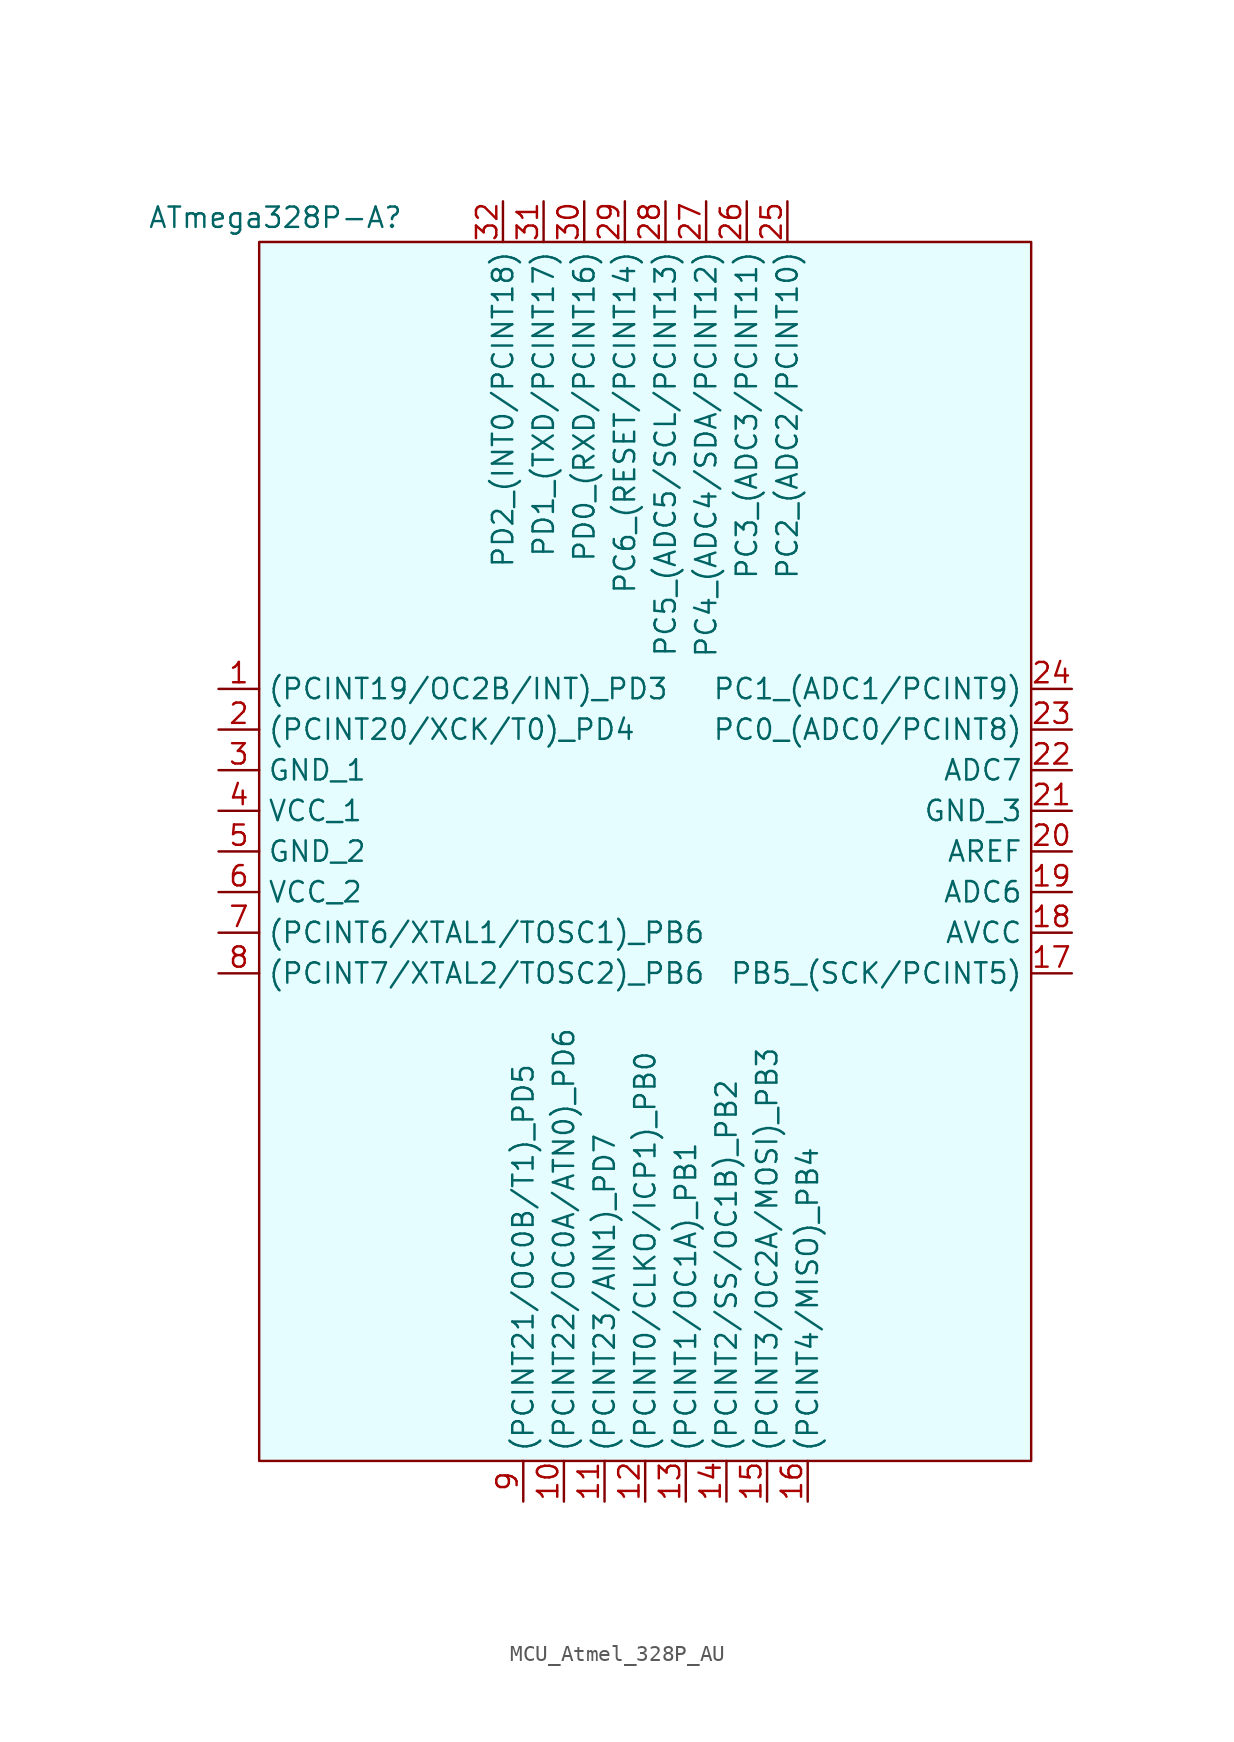
<source format=kicad_sym>
(kicad_symbol_lib
  (version 20241209)
  (generator "kicad_symbol_editor")
  (generator_version "9.0")
  (symbol "MCU_Atmel_328P_AU"
    (property "Reference" "ATmega328P-A"
      (at -23.114 29.464 0)
      (effects (font (size 1.27 1.27))))
    (property "Value" ""
      (at 0 0 0)
      (effects (font (size 1.27 1.27))))
    (symbol "MCU_Atmel_328P_AU_0_1"
      (rectangle (start -24.13 27.94) (end 24.13 -48.26) (stroke (width 0) (type default)) (fill (type color) (color 0 237 255 0.1))))
    (symbol "MCU_Atmel_328P_AU_1_1"
      (pin input line (at -26.67 0 0) (length 2.54) (name "(PCINT19/OC2B/INT)_PD3" (effects (font (size 1.27 1.27)))) (number "1" (effects (font (size 1.27 1.27)))))
      (pin input line (at -26.67 -2.54 0) (length 2.54) (name "(PCINT20/XCK/T0)_PD4" (effects (font (size 1.27 1.27)))) (number "2" (effects (font (size 1.27 1.27)))))
      (pin input line (at -26.67 -5.08 0) (length 2.54) (name "GND_1" (effects (font (size 1.27 1.27)))) (number "3" (effects (font (size 1.27 1.27)))))
      (pin input line (at -26.67 -7.62 0) (length 2.54) (name "VCC_1" (effects (font (size 1.27 1.27)))) (number "4" (effects (font (size 1.27 1.27)))))
      (pin input line (at -26.67 -10.16 0) (length 2.54) (name "GND_2" (effects (font (size 1.27 1.27)))) (number "5" (effects (font (size 1.27 1.27)))))
      (pin input line (at -26.67 -12.7 0) (length 2.54) (name "VCC_2" (effects (font (size 1.27 1.27)))) (number "6" (effects (font (size 1.27 1.27)))))
      (pin input line (at -26.67 -15.24 0) (length 2.54) (name "(PCINT6/XTAL1/TOSC1)_PB6" (effects (font (size 1.27 1.27)))) (number "7" (effects (font (size 1.27 1.27)))))
      (pin input line (at -26.67 -17.78 0) (length 2.54) (name "(PCINT7/XTAL2/TOSC2)_PB6" (effects (font (size 1.27 1.27)))) (number "8" (effects (font (size 1.27 1.27)))))
      (pin input line (at -8.89 30.48 270) (length 2.54) (name "PD2_(INT0/PCINT18)" (effects (font (size 1.27 1.27)))) (number "32" (effects (font (size 1.27 1.27)))))
      (pin input line (at -7.62 -50.8 90) (length 2.54) (name "(PCINT21/OC0B/T1)_PD5" (effects (font (size 1.27 1.27)))) (number "9" (effects (font (size 1.27 1.27)))))
      (pin input line (at -6.35 30.48 270) (length 2.54) (name "PD1_(TXD/PCINT17)" (effects (font (size 1.27 1.27)))) (number "31" (effects (font (size 1.27 1.27)))))
      (pin input line (at -5.08 -50.8 90) (length 2.54) (name "(PCINT22/OC0A/ATN0)_PD6" (effects (font (size 1.27 1.27)))) (number "10" (effects (font (size 1.27 1.27)))))
      (pin input line (at -3.81 30.48 270) (length 2.54) (name "PD0_(RXD/PCINT16)" (effects (font (size 1.27 1.27)))) (number "30" (effects (font (size 1.27 1.27)))))
      (pin input line (at -2.54 -50.8 90) (length 2.54) (name "(PCINT23/AIN1)_PD7" (effects (font (size 1.27 1.27)))) (number "11" (effects (font (size 1.27 1.27)))))
      (pin input line (at -1.27 30.48 270) (length 2.54) (name "PC6_(RESET/PCINT14)" (effects (font (size 1.27 1.27)))) (number "29" (effects (font (size 1.27 1.27)))))
      (pin input line (at 0 -50.8 90) (length 2.54) (name "(PCINT0/CLKO/ICP1)_PB0" (effects (font (size 1.27 1.27)))) (number "12" (effects (font (size 1.27 1.27)))))
      (pin input line (at 1.27 30.48 270) (length 2.54) (name "PC5_(ADC5/SCL/PCINT13)" (effects (font (size 1.27 1.27)))) (number "28" (effects (font (size 1.27 1.27)))))
      (pin input line (at 2.54 -50.8 90) (length 2.54) (name "(PCINT1/OC1A)_PB1" (effects (font (size 1.27 1.27)))) (number "13" (effects (font (size 1.27 1.27)))))
      (pin input line (at 3.81 30.48 270) (length 2.54) (name "PC4_(ADC4/SDA/PCINT12)" (effects (font (size 1.27 1.27)))) (number "27" (effects (font (size 1.27 1.27)))))
      (pin input line (at 5.08 -50.8 90) (length 2.54) (name "(PCINT2/SS/OC1B)_PB2" (effects (font (size 1.27 1.27)))) (number "14" (effects (font (size 1.27 1.27)))))
      (pin input line (at 6.35 30.48 270) (length 2.54) (name "PC3_(ADC3/PCINT11)" (effects (font (size 1.27 1.27)))) (number "26" (effects (font (size 1.27 1.27)))))
      (pin input line (at 7.62 -50.8 90) (length 2.54) (name "(PCINT3/OC2A/MOSI)_PB3" (effects (font (size 1.27 1.27)))) (number "15" (effects (font (size 1.27 1.27)))))
      (pin input line (at 8.89 30.48 270) (length 2.54) (name "PC2_(ADC2/PCINT10)" (effects (font (size 1.27 1.27)))) (number "25" (effects (font (size 1.27 1.27)))))
      (pin input line (at 10.16 -50.8 90) (length 2.54) (name "(PCINT4/MISO)_PB4" (effects (font (size 1.27 1.27)))) (number "16" (effects (font (size 1.27 1.27)))))
      (pin input line (at 26.67 0 180) (length 2.54) (name "PC1_(ADC1/PCINT9)" (effects (font (size 1.27 1.27)))) (number "24" (effects (font (size 1.27 1.27)))))
      (pin input line (at 26.67 -2.54 180) (length 2.54) (name "PC0_(ADC0/PCINT8)" (effects (font (size 1.27 1.27)))) (number "23" (effects (font (size 1.27 1.27)))))
      (pin input line (at 26.67 -5.08 180) (length 2.54) (name "ADC7" (effects (font (size 1.27 1.27)))) (number "22" (effects (font (size 1.27 1.27)))))
      (pin input line (at 26.67 -7.62 180) (length 2.54) (name "GND_3" (effects (font (size 1.27 1.27)))) (number "21" (effects (font (size 1.27 1.27)))))
      (pin input line (at 26.67 -10.16 180) (length 2.54) (name "AREF" (effects (font (size 1.27 1.27)))) (number "20" (effects (font (size 1.27 1.27)))))
      (pin input line (at 26.67 -12.7 180) (length 2.54) (name "ADC6" (effects (font (size 1.27 1.27)))) (number "19" (effects (font (size 1.27 1.27)))))
      (pin input line (at 26.67 -15.24 180) (length 2.54) (name "AVCC" (effects (font (size 1.27 1.27)))) (number "18" (effects (font (size 1.27 1.27)))))
      (pin input line (at 26.67 -17.78 180) (length 2.54) (name "PB5_(SCK/PCINT5)" (effects (font (size 1.27 1.27)))) (number "17" (effects (font (size 1.27 1.27))))))))
</source>
